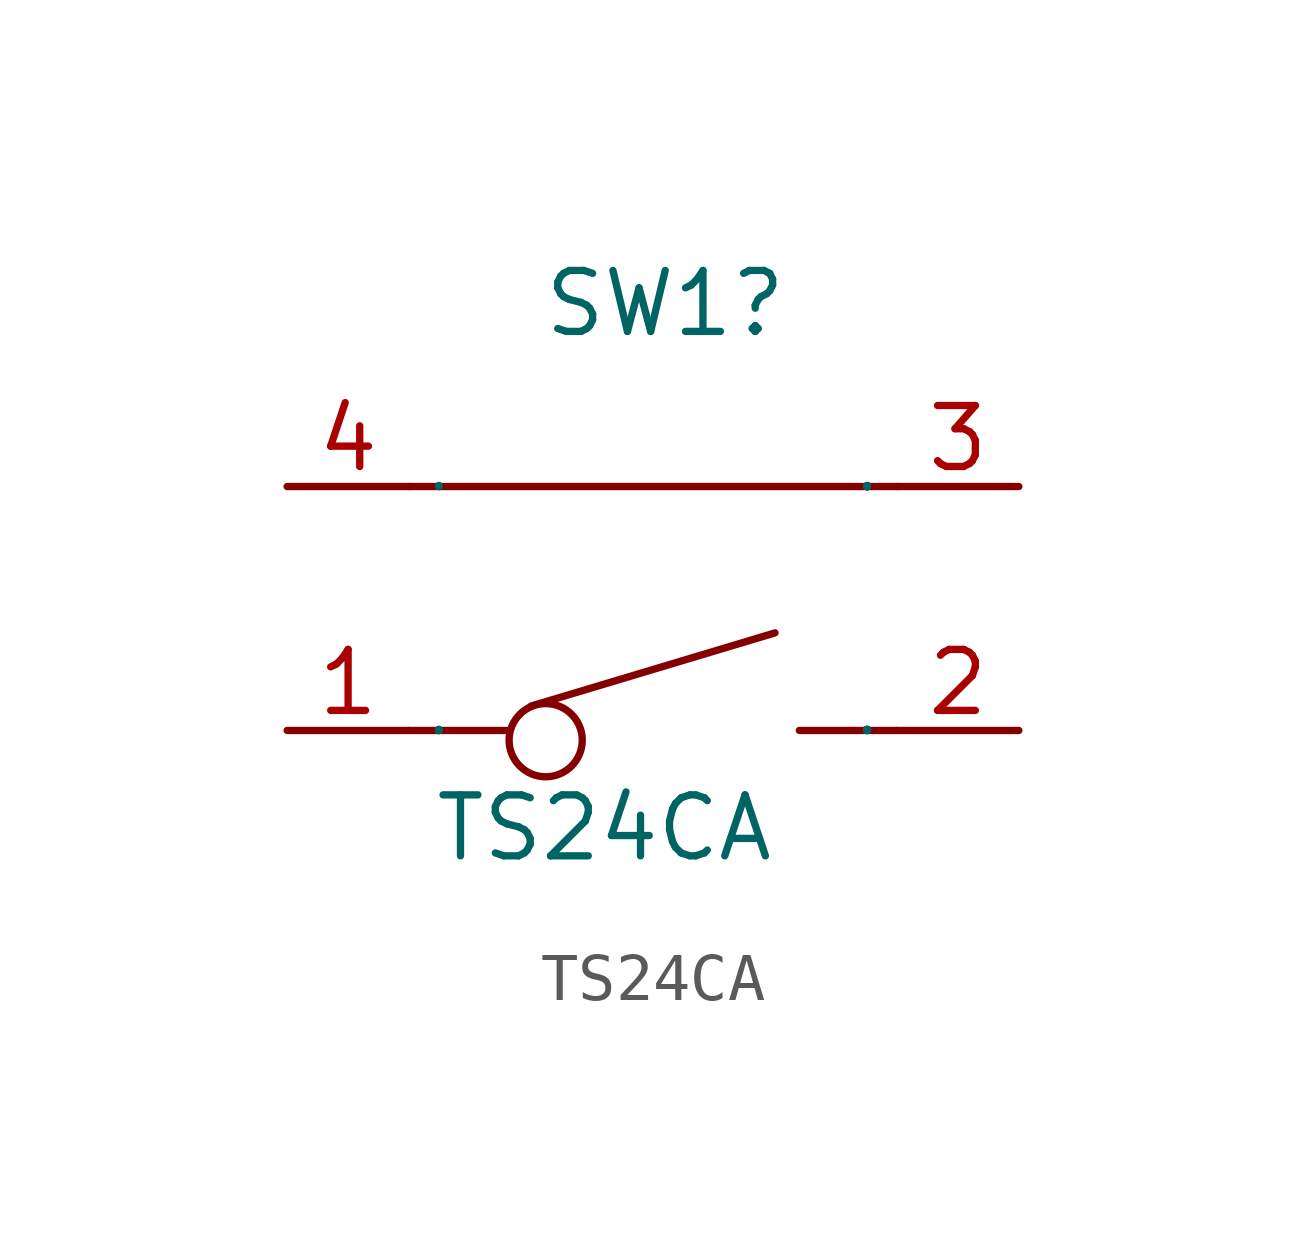
<source format=kicad_sym>
(kicad_symbol_lib
  (version 20241209)
  (generator "kicad_symbol_editor")
  (generator_version "9.0")
  (symbol "TS24CA"
    (property "Reference" "SW1"
      (at 0.254 6.35 0)
      (effects (font (size 1.27 1.27))))
    (property "Value" "TS24CA"
      (at -1.016 -4.572 0)
      (effects (font (size 1.27 1.27))))
    (symbol "TS24CA_0_1"
      (circle (center -2.235 -2.743) (radius 0.762) (stroke (width 0) (type default)) (fill (type none))))
    (symbol "TS24CA_1_0"
      (polyline (pts (xy -5.08 2.54) (xy 5.08 2.54)) (stroke (width 0) (type default)) (fill (type none)))
      (polyline (pts (xy -3.048 -2.54) (xy -5.08 -2.54)) (stroke (width 0) (type default)) (fill (type none)))
      (polyline (pts (xy -2.54 -2.032) (xy 2.54 -0.508) (xy 2.54 -0.508) (xy 2.54 -0.508)) (stroke (width 0) (type default)) (fill (type none)))
      (polyline (pts (xy 3.048 -2.54) (xy 5.08 -2.54)) (stroke (width 0) (type default)) (fill (type none)))
      (pin passive line (at -7.62 2.54 0) (length 2.54) (name "4" (effects (font (size 0.025 0.025)))) (number "4" (effects (font (size 1.27 1.27)))))
      (pin passive line (at -7.62 -2.54 0) (length 2.54) (name "1" (effects (font (size 0.025 0.025)))) (number "1" (effects (font (size 1.27 1.27)))))
      (pin passive line (at 7.62 2.54 180) (length 2.54) (name "3" (effects (font (size 0.025 0.025)))) (number "3" (effects (font (size 1.27 1.27)))))
      (pin passive line (at 7.62 -2.54 180) (length 2.54) (name "2" (effects (font (size 0.025 0.025)))) (number "2" (effects (font (size 1.27 1.27))))))))
</source>
